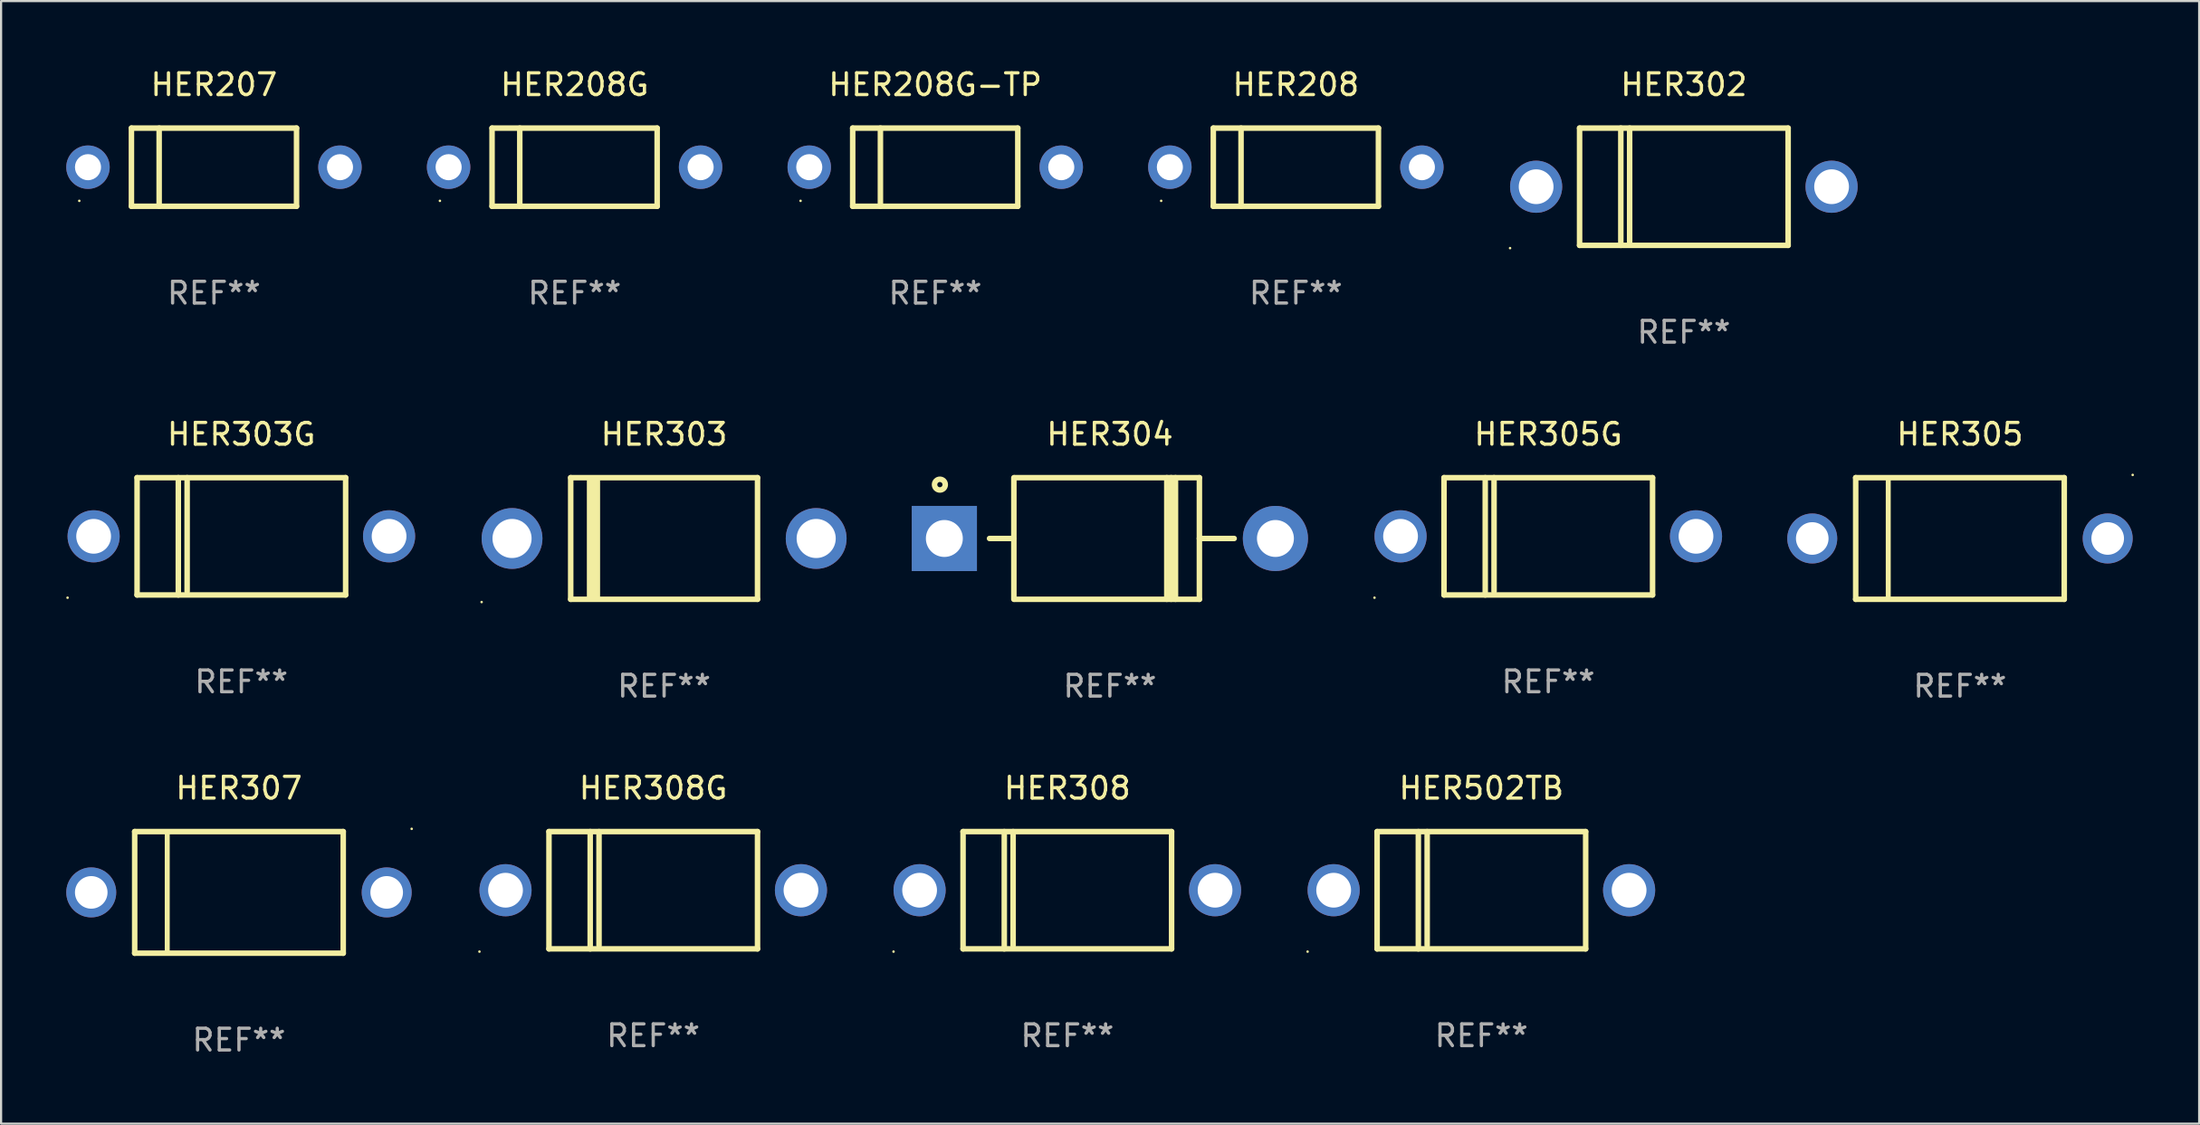
<source format=kicad_pcb>
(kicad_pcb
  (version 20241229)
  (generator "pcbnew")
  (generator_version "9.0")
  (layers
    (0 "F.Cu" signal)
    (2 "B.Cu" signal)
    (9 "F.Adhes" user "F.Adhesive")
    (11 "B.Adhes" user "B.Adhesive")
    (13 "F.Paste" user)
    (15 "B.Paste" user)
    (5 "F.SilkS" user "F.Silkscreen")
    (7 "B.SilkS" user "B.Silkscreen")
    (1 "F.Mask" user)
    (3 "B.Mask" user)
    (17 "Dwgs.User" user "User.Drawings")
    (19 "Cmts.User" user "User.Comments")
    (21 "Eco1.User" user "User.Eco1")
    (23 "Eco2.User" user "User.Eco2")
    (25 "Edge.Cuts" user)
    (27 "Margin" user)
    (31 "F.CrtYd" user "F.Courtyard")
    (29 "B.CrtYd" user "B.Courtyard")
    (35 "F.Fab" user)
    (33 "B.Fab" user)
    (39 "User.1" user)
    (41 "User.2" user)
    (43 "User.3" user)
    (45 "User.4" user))
  (footprint "HER303G"
    (layer "F.Cu")
    (at 8.06 21.645)
    (property "Reference" "HER303G" (at 0 -4.7 0) (layer "F.SilkS") (effects (font (size 1 1) (thickness 0.15))))
    (attr through_hole)
    (fp_line (start -4.8 -2.7) (end -4.8 2.7) (stroke (width 0.254) (type solid)) (layer "F.SilkS"))
    (fp_line (start -4.8 -2.7) (end 4.8 -2.7) (stroke (width 0.254) (type solid)) (layer "F.SilkS"))
    (fp_line (start -2.902 -2.7) (end -2.902 2.7) (stroke (width 0.254) (type solid)) (layer "F.SilkS"))
    (fp_line (start -2.496 -2.7) (end -2.496 2.54) (stroke (width 0.254) (type solid)) (layer "F.SilkS"))
    (fp_line (start 4.8 -2.7) (end 4.8 2.7) (stroke (width 0.254) (type solid)) (layer "F.SilkS"))
    (fp_line (start 4.8 2.7) (end -4.8 2.7) (stroke (width 0.254) (type solid)) (layer "F.SilkS"))
    (fp_circle (center -8 2.827) (end -7.97 2.827) (stroke (width 0.06) (type solid)) (fill no) (layer "F.SilkS"))
    (fp_text user "REF**" (at 0 6.7 0) (layer "F.Fab") (effects (font (size 1 1) (thickness 0.15))))
    (pad "1" thru_hole circle (at -6.8 0) (size 2.4 2.4) (drill 1.6) (layers "*.Cu" "*.Mask"))
    (pad "2" thru_hole circle (at 6.8 0) (size 2.4 2.4) (drill 1.6) (layers "*.Cu" "*.Mask")))
  (footprint "HER308"
    (layer "F.Cu")
    (at 46.081 37.941)
    (property "Reference" "HER308" (at 0 -4.7 0) (layer "F.SilkS") (effects (font (size 1 1) (thickness 0.15))))
    (attr through_hole)
    (fp_line (start -4.8 -2.7) (end -4.8 2.7) (stroke (width 0.254) (type solid)) (layer "F.SilkS"))
    (fp_line (start -4.8 -2.7) (end 4.8 -2.7) (stroke (width 0.254) (type solid)) (layer "F.SilkS"))
    (fp_line (start -2.902 -2.7) (end -2.902 2.7) (stroke (width 0.254) (type solid)) (layer "F.SilkS"))
    (fp_line (start -2.496 -2.7) (end -2.496 2.54) (stroke (width 0.254) (type solid)) (layer "F.SilkS"))
    (fp_line (start 4.8 -2.7) (end 4.8 2.7) (stroke (width 0.254) (type solid)) (layer "F.SilkS"))
    (fp_line (start 4.8 2.7) (end -4.8 2.7) (stroke (width 0.254) (type solid)) (layer "F.SilkS"))
    (fp_circle (center -8 2.827) (end -7.97 2.827) (stroke (width 0.06) (type solid)) (fill no) (layer "F.SilkS"))
    (fp_text user "REF**" (at 0 6.7 0) (layer "F.Fab") (effects (font (size 1 1) (thickness 0.15))))
    (pad "1" thru_hole circle (at -6.8 0) (size 2.4 2.4) (drill 1.6) (layers "*.Cu" "*.Mask"))
    (pad "2" thru_hole circle (at 6.8 0) (size 2.4 2.4) (drill 1.6) (layers "*.Cu" "*.Mask")))
  (footprint "HER208G"
    (layer "F.Cu")
    (at 23.4 4.648)
    (property "Reference" "HER208G" (at 0 -3.8 0) (layer "F.SilkS") (effects (font (size 1 1) (thickness 0.15))))
    (attr through_hole)
    (fp_line (start -3.8 -1.8) (end -3.8 1.8) (stroke (width 0.254) (type solid)) (layer "F.SilkS"))
    (fp_line (start -3.8 -1.8) (end 3.8 -1.8) (stroke (width 0.254) (type solid)) (layer "F.SilkS"))
    (fp_line (start -3.8 1.8) (end 3.8 1.8) (stroke (width 0.254) (type solid)) (layer "F.SilkS"))
    (fp_line (start -2.524 -1.8) (end -2.524 1.8) (stroke (width 0.254) (type solid)) (layer "F.SilkS"))
    (fp_line (start 3.8 -1.8) (end 3.8 1.8) (stroke (width 0.254) (type solid)) (layer "F.SilkS"))
    (fp_circle (center -6.2 1.55) (end -6.17 1.55) (stroke (width 0.06) (type solid)) (fill no) (layer "F.SilkS"))
    (fp_text user "REF**" (at 0 5.8 0) (layer "F.Fab") (effects (font (size 1 1) (thickness 0.15))))
    (pad "1" thru_hole circle (at -5.8 0) (size 2 2) (drill 1.2) (layers "*.Cu" "*.Mask"))
    (pad "2" thru_hole circle (at 5.8 0) (size 2 2) (drill 1.2) (layers "*.Cu" "*.Mask")))
  (footprint "HER305G"
    (layer "F.Cu")
    (at 68.22 21.645)
    (property "Reference" "HER305G" (at 0 -4.7 0) (layer "F.SilkS") (effects (font (size 1 1) (thickness 0.15))))
    (attr through_hole)
    (fp_line (start -4.8 -2.7) (end -4.8 2.7) (stroke (width 0.254) (type solid)) (layer "F.SilkS"))
    (fp_line (start -4.8 -2.7) (end 4.8 -2.7) (stroke (width 0.254) (type solid)) (layer "F.SilkS"))
    (fp_line (start -2.902 -2.7) (end -2.902 2.7) (stroke (width 0.254) (type solid)) (layer "F.SilkS"))
    (fp_line (start -2.496 -2.7) (end -2.496 2.54) (stroke (width 0.254) (type solid)) (layer "F.SilkS"))
    (fp_line (start 4.8 -2.7) (end 4.8 2.7) (stroke (width 0.254) (type solid)) (layer "F.SilkS"))
    (fp_line (start 4.8 2.7) (end -4.8 2.7) (stroke (width 0.254) (type solid)) (layer "F.SilkS"))
    (fp_circle (center -8 2.827) (end -7.97 2.827) (stroke (width 0.06) (type solid)) (fill no) (layer "F.SilkS"))
    (fp_text user "REF**" (at 0 6.7 0) (layer "F.Fab") (effects (font (size 1 1) (thickness 0.15))))
    (pad "1" thru_hole circle (at -6.8 0) (size 2.4 2.4) (drill 1.6) (layers "*.Cu" "*.Mask"))
    (pad "2" thru_hole circle (at 6.8 0) (size 2.4 2.4) (drill 1.6) (layers "*.Cu" "*.Mask")))
  (footprint "HER304"
    (layer "F.Cu")
    (at 48.04 21.745)
    (property "Reference" "HER304" (at 0 -4.8 0) (layer "F.SilkS") (effects (font (size 1 1) (thickness 0.15))))
    (attr through_hole)
    (fp_line (start -5.54 0) (end -4.44 0) (stroke (width 0.254) (type solid)) (layer "F.SilkS"))
    (fp_line (start -4.42 2.8) (end -4.42 -2.8) (stroke (width 0.254) (type solid)) (layer "F.SilkS"))
    (fp_line (start -4.38 -2.8) (end 4.12 -2.8) (stroke (width 0.254) (type solid)) (layer "F.SilkS"))
    (fp_line (start 2.62 -2.8) (end 2.62 2.8) (stroke (width 0.254) (type solid)) (layer "F.SilkS"))
    (fp_line (start 2.82 -2.8) (end 2.82 2.8) (stroke (width 0.254) (type solid)) (layer "F.SilkS"))
    (fp_line (start 3.02 -2.8) (end 3.02 2.8) (stroke (width 0.254) (type solid)) (layer "F.SilkS"))
    (fp_line (start 4.12 -2.8) (end 4.12 2.8) (stroke (width 0.254) (type solid)) (layer "F.SilkS"))
    (fp_line (start 4.12 0) (end 5.72 0) (stroke (width 0.254) (type solid)) (layer "F.SilkS"))
    (fp_line (start 4.12 2.8) (end -4.38 2.8) (stroke (width 0.254) (type solid)) (layer "F.SilkS"))
    (fp_circle (center -7.825 -2.48) (end -7.705 -2.48) (stroke (width 0.254) (type solid)) (fill no) (layer "F.SilkS"))
    (fp_text user "REF**" (at 0 6.8 0) (layer "F.Fab") (effects (font (size 1 1) (thickness 0.15))))
    (pad "1" thru_hole rect (at -7.62 0 180) (size 3 3) (drill 1.7) (layers "*.Cu" "*.Mask"))
    (pad "2" thru_hole circle (at 7.62 0) (size 3 3) (drill 1.7) (layers "*.Cu" "*.Mask")))
  (footprint "HER207"
    (layer "F.Cu")
    (at 6.8 4.648)
    (property "Reference" "HER207" (at 0 -3.8 0) (layer "F.SilkS") (effects (font (size 1 1) (thickness 0.15))))
    (attr through_hole)
    (fp_line (start -3.8 -1.8) (end -3.8 1.8) (stroke (width 0.254) (type solid)) (layer "F.SilkS"))
    (fp_line (start -3.8 -1.8) (end 3.8 -1.8) (stroke (width 0.254) (type solid)) (layer "F.SilkS"))
    (fp_line (start -3.8 1.8) (end 3.8 1.8) (stroke (width 0.254) (type solid)) (layer "F.SilkS"))
    (fp_line (start -2.524 -1.8) (end -2.524 1.8) (stroke (width 0.254) (type solid)) (layer "F.SilkS"))
    (fp_line (start 3.8 -1.8) (end 3.8 1.8) (stroke (width 0.254) (type solid)) (layer "F.SilkS"))
    (fp_circle (center -6.2 1.55) (end -6.17 1.55) (stroke (width 0.06) (type solid)) (fill no) (layer "F.SilkS"))
    (fp_text user "REF**" (at 0 5.8 0) (layer "F.Fab") (effects (font (size 1 1) (thickness 0.15))))
    (pad "1" thru_hole circle (at -5.8 0) (size 2 2) (drill 1.2) (layers "*.Cu" "*.Mask"))
    (pad "2" thru_hole circle (at 5.8 0) (size 2 2) (drill 1.2) (layers "*.Cu" "*.Mask")))
  (footprint "HER303"
    (layer "F.Cu")
    (at 27.52 21.745)
    (property "Reference" "HER303" (at 0 -4.8 0) (layer "F.SilkS") (effects (font (size 1 1) (thickness 0.15))))
    (attr through_hole)
    (fp_line (start -4.3 -2.8) (end -4.3 2.8) (stroke (width 0.254) (type solid)) (layer "F.SilkS"))
    (fp_line (start -4.3 -2.8) (end 4.3 -2.8) (stroke (width 0.254) (type solid)) (layer "F.SilkS"))
    (fp_line (start -4.3 2.8) (end 4.3 2.8) (stroke (width 0.254) (type solid)) (layer "F.SilkS"))
    (fp_line (start -3.442 2.667) (end -3.442 -2.667) (stroke (width 0.229) (type solid)) (layer "F.SilkS"))
    (fp_line (start -3.315 2.667) (end -3.315 -2.667) (stroke (width 0.229) (type solid)) (layer "F.SilkS"))
    (fp_line (start -3.188 2.667) (end -3.188 -2.667) (stroke (width 0.229) (type solid)) (layer "F.SilkS"))
    (fp_line (start -3.061 2.667) (end -3.061 -2.667) (stroke (width 0.229) (type solid)) (layer "F.SilkS"))
    (fp_line (start 4.3 -2.8) (end 4.3 2.8) (stroke (width 0.254) (type solid)) (layer "F.SilkS"))
    (fp_circle (center -8.4 2.927) (end -8.37 2.927) (stroke (width 0.06) (type solid)) (fill no) (layer "F.SilkS"))
    (fp_text user "REF**" (at 0 6.8 0) (layer "F.Fab") (effects (font (size 1 1) (thickness 0.15))))
    (pad "1" thru_hole circle (at -7 0) (size 2.8 2.8) (drill 1.8) (layers "*.Cu" "*.Mask"))
    (pad "2" thru_hole circle (at 7 0) (size 2.8 2.8) (drill 1.8) (layers "*.Cu" "*.Mask")))
  (footprint "HER502TB"
    (layer "F.Cu")
    (at 65.141 37.941)
    (property "Reference" "HER502TB" (at 0 -4.7 0) (layer "F.SilkS") (effects (font (size 1 1) (thickness 0.15))))
    (attr through_hole)
    (fp_line (start -4.8 -2.7) (end -4.8 2.7) (stroke (width 0.254) (type solid)) (layer "F.SilkS"))
    (fp_line (start -4.8 -2.7) (end 4.8 -2.7) (stroke (width 0.254) (type solid)) (layer "F.SilkS"))
    (fp_line (start -2.902 -2.7) (end -2.902 2.7) (stroke (width 0.254) (type solid)) (layer "F.SilkS"))
    (fp_line (start -2.496 -2.7) (end -2.496 2.54) (stroke (width 0.254) (type solid)) (layer "F.SilkS"))
    (fp_line (start 4.8 -2.7) (end 4.8 2.7) (stroke (width 0.254) (type solid)) (layer "F.SilkS"))
    (fp_line (start 4.8 2.7) (end -4.8 2.7) (stroke (width 0.254) (type solid)) (layer "F.SilkS"))
    (fp_circle (center -8 2.827) (end -7.97 2.827) (stroke (width 0.06) (type solid)) (fill no) (layer "F.SilkS"))
    (fp_text user "REF**" (at 0 6.7 0) (layer "F.Fab") (effects (font (size 1 1) (thickness 0.15))))
    (pad "1" thru_hole circle (at -6.8 0) (size 2.4 2.4) (drill 1.6) (layers "*.Cu" "*.Mask"))
    (pad "2" thru_hole circle (at 6.8 0) (size 2.4 2.4) (drill 1.6) (layers "*.Cu" "*.Mask")))
  (footprint "HER208G-TP"
    (layer "F.Cu")
    (at 40.001 4.648)
    (property "Reference" "HER208G-TP" (at 0 -3.8 0) (layer "F.SilkS") (effects (font (size 1 1) (thickness 0.15))))
    (attr through_hole)
    (fp_line (start -3.8 -1.8) (end -3.8 1.8) (stroke (width 0.254) (type solid)) (layer "F.SilkS"))
    (fp_line (start -3.8 -1.8) (end 3.8 -1.8) (stroke (width 0.254) (type solid)) (layer "F.SilkS"))
    (fp_line (start -3.8 1.8) (end 3.8 1.8) (stroke (width 0.254) (type solid)) (layer "F.SilkS"))
    (fp_line (start -2.524 -1.8) (end -2.524 1.8) (stroke (width 0.254) (type solid)) (layer "F.SilkS"))
    (fp_line (start 3.8 -1.8) (end 3.8 1.8) (stroke (width 0.254) (type solid)) (layer "F.SilkS"))
    (fp_circle (center -6.2 1.55) (end -6.17 1.55) (stroke (width 0.06) (type solid)) (fill no) (layer "F.SilkS"))
    (fp_text user "REF**" (at 0 5.8 0) (layer "F.Fab") (effects (font (size 1 1) (thickness 0.15))))
    (pad "1" thru_hole circle (at -5.8 0) (size 2 2) (drill 1.2) (layers "*.Cu" "*.Mask"))
    (pad "2" thru_hole circle (at 5.8 0) (size 2 2) (drill 1.2) (layers "*.Cu" "*.Mask")))
  (footprint "HER308G"
    (layer "F.Cu")
    (at 27.02 37.941)
    (property "Reference" "HER308G" (at 0 -4.7 0) (layer "F.SilkS") (effects (font (size 1 1) (thickness 0.15))))
    (attr through_hole)
    (fp_line (start -4.8 -2.7) (end -4.8 2.7) (stroke (width 0.254) (type solid)) (layer "F.SilkS"))
    (fp_line (start -4.8 -2.7) (end 4.8 -2.7) (stroke (width 0.254) (type solid)) (layer "F.SilkS"))
    (fp_line (start -2.902 -2.7) (end -2.902 2.7) (stroke (width 0.254) (type solid)) (layer "F.SilkS"))
    (fp_line (start -2.496 -2.7) (end -2.496 2.54) (stroke (width 0.254) (type solid)) (layer "F.SilkS"))
    (fp_line (start 4.8 -2.7) (end 4.8 2.7) (stroke (width 0.254) (type solid)) (layer "F.SilkS"))
    (fp_line (start 4.8 2.7) (end -4.8 2.7) (stroke (width 0.254) (type solid)) (layer "F.SilkS"))
    (fp_circle (center -8 2.827) (end -7.97 2.827) (stroke (width 0.06) (type solid)) (fill no) (layer "F.SilkS"))
    (fp_text user "REF**" (at 0 6.7 0) (layer "F.Fab") (effects (font (size 1 1) (thickness 0.15))))
    (pad "1" thru_hole circle (at -6.8 0) (size 2.4 2.4) (drill 1.6) (layers "*.Cu" "*.Mask"))
    (pad "2" thru_hole circle (at 6.8 0) (size 2.4 2.4) (drill 1.6) (layers "*.Cu" "*.Mask")))
  (footprint "HER307"
    (layer "F.Cu")
    (at 7.95 38.041)
    (property "Reference" "HER307" (at 0 -4.8 0) (layer "F.SilkS") (effects (font (size 1 1) (thickness 0.15))))
    (attr through_hole)
    (fp_line (start -4.8 -2.8) (end -4.8 2.8) (stroke (width 0.254) (type solid)) (layer "F.SilkS"))
    (fp_line (start -4.8 -2.8) (end 4.8 -2.8) (stroke (width 0.254) (type solid)) (layer "F.SilkS"))
    (fp_line (start -4.8 2.8) (end 4.8 2.8) (stroke (width 0.254) (type solid)) (layer "F.SilkS"))
    (fp_line (start -3.302 2.8) (end -3.302 -2.8) (stroke (width 0.229) (type solid)) (layer "F.SilkS"))
    (fp_line (start 4.8 -2.8) (end 4.8 2.8) (stroke (width 0.254) (type solid)) (layer "F.SilkS"))
    (fp_circle (center 7.95 -2.927) (end 7.98 -2.927) (stroke (width 0.06) (type solid)) (fill no) (layer "F.SilkS"))
    (fp_text user "REF**" (at 0 6.8 0) (layer "F.Fab") (effects (font (size 1 1) (thickness 0.15))))
    (pad "1" thru_hole circle (at 6.8 0) (size 2.3 2.3) (drill 1.5) (layers "*.Cu" "*.Mask"))
    (pad "2" thru_hole circle (at -6.8 0) (size 2.3 2.3) (drill 1.5) (layers "*.Cu" "*.Mask")))
  (footprint "HER302"
    (layer "F.Cu")
    (at 74.461 5.548)
    (property "Reference" "HER302" (at 0 -4.7 0) (layer "F.SilkS") (effects (font (size 1 1) (thickness 0.15))))
    (attr through_hole)
    (fp_line (start -4.8 -2.7) (end -4.8 2.7) (stroke (width 0.254) (type solid)) (layer "F.SilkS"))
    (fp_line (start -4.8 -2.7) (end 4.8 -2.7) (stroke (width 0.254) (type solid)) (layer "F.SilkS"))
    (fp_line (start -2.902 -2.7) (end -2.902 2.7) (stroke (width 0.254) (type solid)) (layer "F.SilkS"))
    (fp_line (start -2.496 -2.7) (end -2.496 2.54) (stroke (width 0.254) (type solid)) (layer "F.SilkS"))
    (fp_line (start 4.8 -2.7) (end 4.8 2.7) (stroke (width 0.254) (type solid)) (layer "F.SilkS"))
    (fp_line (start 4.8 2.7) (end -4.8 2.7) (stroke (width 0.254) (type solid)) (layer "F.SilkS"))
    (fp_circle (center -8 2.827) (end -7.97 2.827) (stroke (width 0.06) (type solid)) (fill no) (layer "F.SilkS"))
    (fp_text user "REF**" (at 0 6.7 0) (layer "F.Fab") (effects (font (size 1 1) (thickness 0.15))))
    (pad "1" thru_hole circle (at -6.8 0) (size 2.4 2.4) (drill 1.6) (layers "*.Cu" "*.Mask"))
    (pad "2" thru_hole circle (at 6.8 0) (size 2.4 2.4) (drill 1.6) (layers "*.Cu" "*.Mask")))
  (footprint "HER208"
    (layer "F.Cu")
    (at 56.601 4.648)
    (property "Reference" "HER208" (at 0 -3.8 0) (layer "F.SilkS") (effects (font (size 1 1) (thickness 0.15))))
    (attr through_hole)
    (fp_line (start -3.8 -1.8) (end -3.8 1.8) (stroke (width 0.254) (type solid)) (layer "F.SilkS"))
    (fp_line (start -3.8 -1.8) (end 3.8 -1.8) (stroke (width 0.254) (type solid)) (layer "F.SilkS"))
    (fp_line (start -3.8 1.8) (end 3.8 1.8) (stroke (width 0.254) (type solid)) (layer "F.SilkS"))
    (fp_line (start -2.524 -1.8) (end -2.524 1.8) (stroke (width 0.254) (type solid)) (layer "F.SilkS"))
    (fp_line (start 3.8 -1.8) (end 3.8 1.8) (stroke (width 0.254) (type solid)) (layer "F.SilkS"))
    (fp_circle (center -6.2 1.55) (end -6.17 1.55) (stroke (width 0.06) (type solid)) (fill no) (layer "F.SilkS"))
    (fp_text user "REF**" (at 0 5.8 0) (layer "F.Fab") (effects (font (size 1 1) (thickness 0.15))))
    (pad "1" thru_hole circle (at -5.8 0) (size 2 2) (drill 1.2) (layers "*.Cu" "*.Mask"))
    (pad "2" thru_hole circle (at 5.8 0) (size 2 2) (drill 1.2) (layers "*.Cu" "*.Mask")))
  (footprint "HER305"
    (layer "F.Cu")
    (at 87.171 21.745)
    (property "Reference" "HER305" (at 0 -4.8 0) (layer "F.SilkS") (effects (font (size 1 1) (thickness 0.15))))
    (attr through_hole)
    (fp_line (start -4.8 -2.8) (end -4.8 2.8) (stroke (width 0.254) (type solid)) (layer "F.SilkS"))
    (fp_line (start -4.8 -2.8) (end 4.8 -2.8) (stroke (width 0.254) (type solid)) (layer "F.SilkS"))
    (fp_line (start -4.8 2.8) (end 4.8 2.8) (stroke (width 0.254) (type solid)) (layer "F.SilkS"))
    (fp_line (start -3.302 2.8) (end -3.302 -2.8) (stroke (width 0.229) (type solid)) (layer "F.SilkS"))
    (fp_line (start 4.8 -2.8) (end 4.8 2.8) (stroke (width 0.254) (type solid)) (layer "F.SilkS"))
    (fp_circle (center 7.95 -2.927) (end 7.98 -2.927) (stroke (width 0.06) (type solid)) (fill no) (layer "F.SilkS"))
    (fp_text user "REF**" (at 0 6.8 0) (layer "F.Fab") (effects (font (size 1 1) (thickness 0.15))))
    (pad "1" thru_hole circle (at 6.8 0) (size 2.3 2.3) (drill 1.5) (layers "*.Cu" "*.Mask"))
    (pad "2" thru_hole circle (at -6.8 0) (size 2.3 2.3) (drill 1.5) (layers "*.Cu" "*.Mask")))
  (gr_rect
    (start -3 -3)
    (end 98.181 48.69)
    (stroke (width 0.1) (type default))
    (fill no)
    (layer "Edge.Cuts")))
</source>
